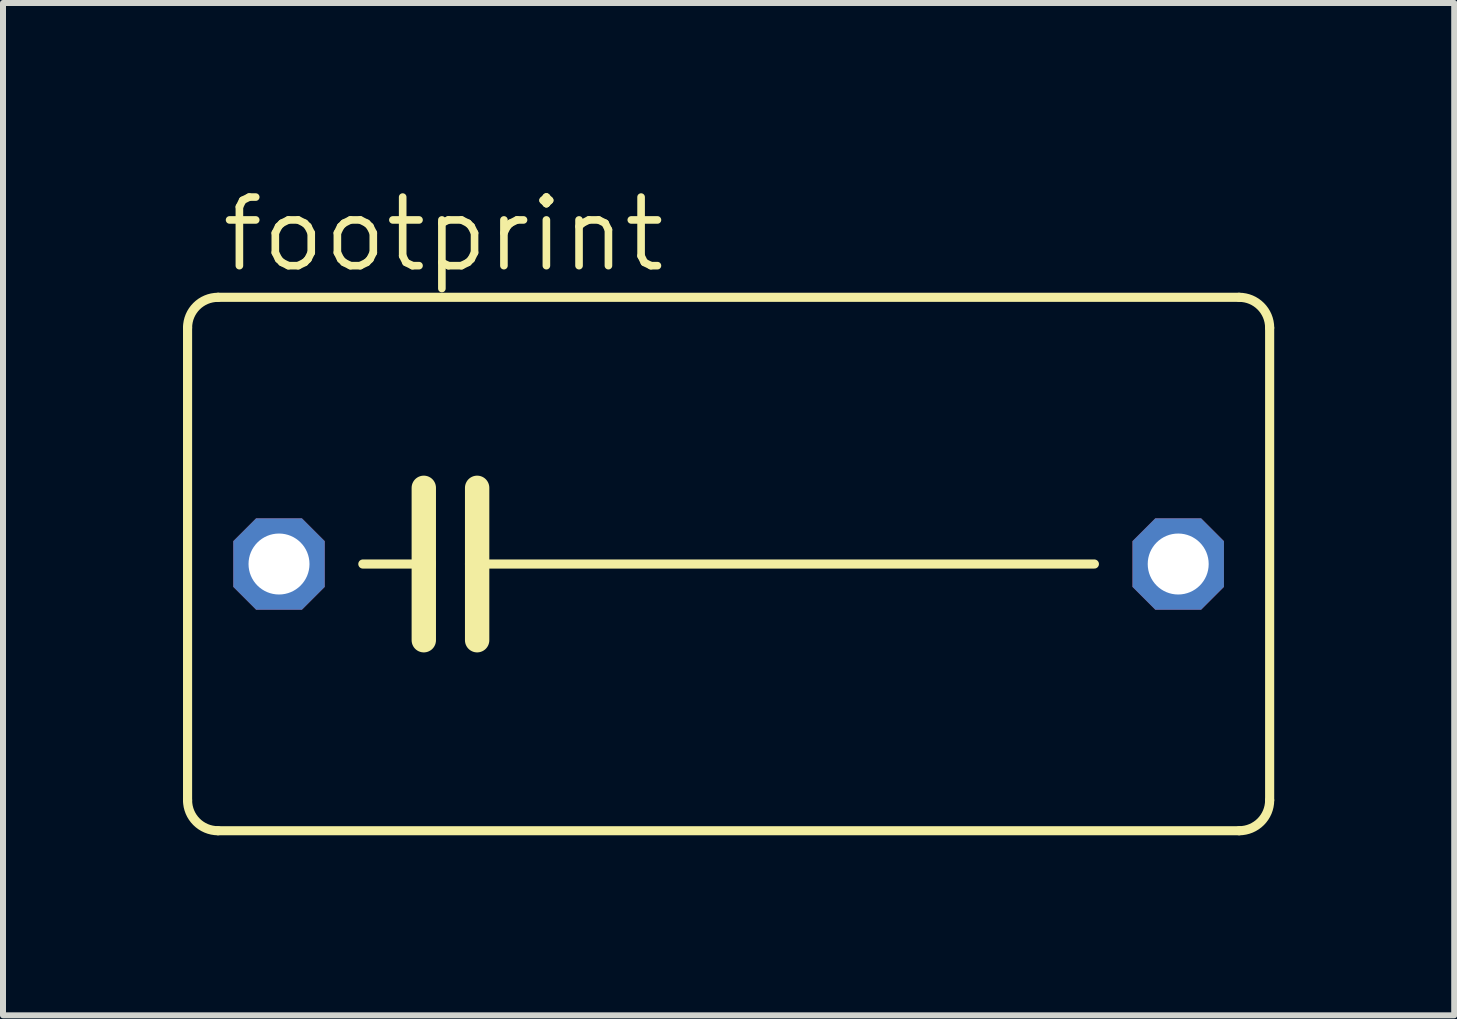
<source format=kicad_pcb>
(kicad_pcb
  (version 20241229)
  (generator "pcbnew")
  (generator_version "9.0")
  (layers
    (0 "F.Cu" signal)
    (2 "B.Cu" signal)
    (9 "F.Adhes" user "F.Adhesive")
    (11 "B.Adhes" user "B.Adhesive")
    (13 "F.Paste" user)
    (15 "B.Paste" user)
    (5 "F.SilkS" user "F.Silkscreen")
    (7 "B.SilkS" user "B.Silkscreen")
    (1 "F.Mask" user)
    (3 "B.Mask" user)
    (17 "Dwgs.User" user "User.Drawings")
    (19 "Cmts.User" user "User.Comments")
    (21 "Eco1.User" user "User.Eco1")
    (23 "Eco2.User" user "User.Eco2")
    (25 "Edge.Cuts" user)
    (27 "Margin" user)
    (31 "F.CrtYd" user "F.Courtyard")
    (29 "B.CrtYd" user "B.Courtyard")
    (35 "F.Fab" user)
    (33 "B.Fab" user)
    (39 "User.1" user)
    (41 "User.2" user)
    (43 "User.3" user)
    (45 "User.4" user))
  (footprint "footprint"
    (layer "F.Cu")
    (at 9.093 6.35)
    (property "Reference" "footprint" (at -8.509 -4.826 0) (layer "F.SilkS") (effects (font (size 1.143 1.143) (thickness 0.127)) (justify left bottom)))
    (fp_line (start -9.017 3.937) (end -9.017 -3.937) (stroke (width 0.152) (type solid)) (layer "F.SilkS"))
    (fp_line (start -8.509 -4.445) (end 8.509 -4.445) (stroke (width 0.152) (type solid)) (layer "F.SilkS"))
    (fp_line (start -5.08 -1.27) (end -5.08 0) (stroke (width 0.406) (type solid)) (layer "F.SilkS"))
    (fp_line (start -5.08 0) (end -6.096 0) (stroke (width 0.152) (type solid)) (layer "F.SilkS"))
    (fp_line (start -5.08 0) (end -5.08 1.27) (stroke (width 0.406) (type solid)) (layer "F.SilkS"))
    (fp_line (start -4.191 -1.27) (end -4.191 0) (stroke (width 0.406) (type solid)) (layer "F.SilkS"))
    (fp_line (start -4.191 0) (end -4.191 1.27) (stroke (width 0.406) (type solid)) (layer "F.SilkS"))
    (fp_line (start -4.191 0) (end 6.096 0) (stroke (width 0.152) (type solid)) (layer "F.SilkS"))
    (fp_line (start 8.509 4.445) (end -8.509 4.445) (stroke (width 0.152) (type solid)) (layer "F.SilkS"))
    (fp_line (start 9.017 -3.937) (end 9.017 3.937) (stroke (width 0.152) (type solid)) (layer "F.SilkS"))
    (fp_arc (start -9.017 -3.937) (mid -8.86821 -4.29621) (end -8.509 -4.445) (stroke (width 0.1524) (type solid)) (layer "F.SilkS"))
    (fp_arc (start -8.509 4.445) (mid -8.86821 4.29621) (end -9.017 3.937) (stroke (width 0.1524) (type solid)) (layer "F.SilkS"))
    (fp_arc (start 8.509 -4.445) (mid 8.86821 -4.29621) (end 9.017 -3.937) (stroke (width 0.1524) (type solid)) (layer "F.SilkS"))
    (fp_arc (start 9.017 3.937) (mid 8.86821 4.29621) (end 8.509 4.445) (stroke (width 0.1524) (type solid)) (layer "F.SilkS"))
    (pad "1" thru_hole roundrect (at -7.493 0) (size 1.524 1.524) (drill 1.016) (layers "*.Cu" "*.Mask") (roundrect_rratio 0.25) (chamfer_ratio 0.25) (chamfer top_left top_right bottom_left bottom_right))
    (pad "2" thru_hole roundrect (at 7.493 0) (size 1.524 1.524) (drill 1.016) (layers "*.Cu" "*.Mask") (roundrect_rratio 0.25) (chamfer_ratio 0.25) (chamfer top_left top_right bottom_left bottom_right)))
  (gr_rect
    (start -3 -3)
    (end 21.186 13.871)
    (stroke (width 0.1) (type default))
    (fill no)
    (layer "Edge.Cuts")))
</source>
